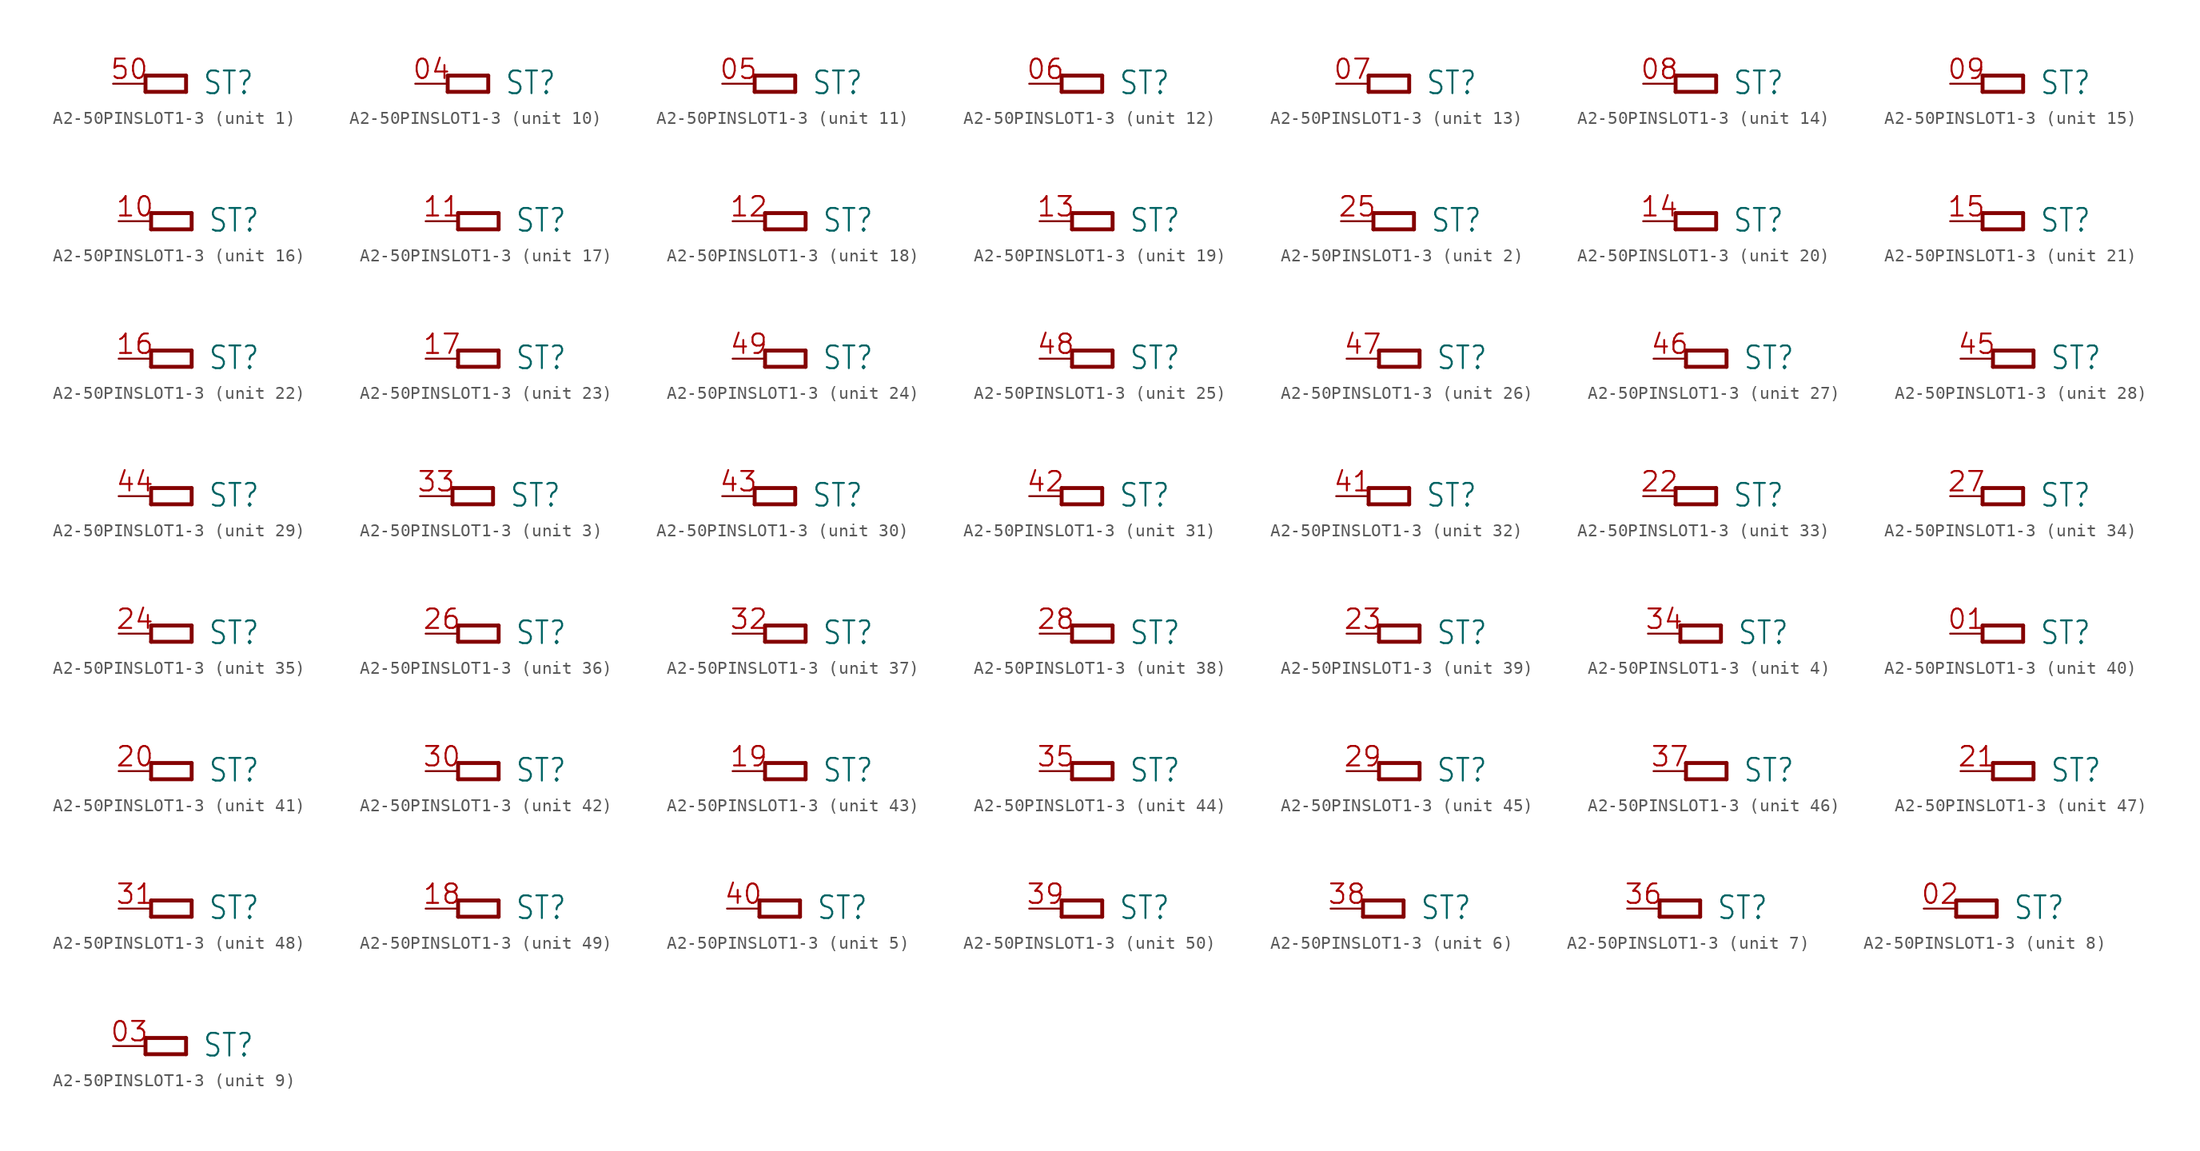
<source format=kicad_sym>
(kicad_symbol_lib
  (version 20241209)
  (generator "kicad_symbol_editor")
  (generator_version "9.0")
  (symbol "A2-50PINSLOT1-3"
    (property "Reference" "ST"
      (at 4.445 -0.965 0)
      (effects (font (size 1.778 1.511)) (justify left bottom)))
    (property "ki_locked" ""
      (at 0 0 0)
      (effects (font (size 1.27 1.27))))
    (symbol "A2-50PINSLOT1-3_1_0"
      (polyline (pts (xy 0 0.635) (xy 3.175 0.635)) (stroke (width 0.305) (type solid)) (fill (type none)))
      (polyline (pts (xy 0 -0.635) (xy 0 0.635)) (stroke (width 0.305) (type solid)) (fill (type none)))
      (polyline (pts (xy 3.175 0.635) (xy 3.175 -0.635)) (stroke (width 0.305) (type solid)) (fill (type none)))
      (polyline (pts (xy 3.175 -0.635) (xy 0 -0.635)) (stroke (width 0.305) (type solid)) (fill (type none)))
      (pin bidirectional line (at -2.54 0 0) (length 2.54) (name "P" (effects (font (size 0 0)))) (number "50" (effects (font (size 1.524 1.524))))))
    (symbol "A2-50PINSLOT1-3_2_0"
      (polyline (pts (xy 0 0.635) (xy 3.175 0.635)) (stroke (width 0.305) (type solid)) (fill (type none)))
      (polyline (pts (xy 0 -0.635) (xy 0 0.635)) (stroke (width 0.305) (type solid)) (fill (type none)))
      (polyline (pts (xy 3.175 0.635) (xy 3.175 -0.635)) (stroke (width 0.305) (type solid)) (fill (type none)))
      (polyline (pts (xy 3.175 -0.635) (xy 0 -0.635)) (stroke (width 0.305) (type solid)) (fill (type none)))
      (pin bidirectional line (at -2.54 0 0) (length 2.54) (name "P" (effects (font (size 0 0)))) (number "25" (effects (font (size 1.524 1.524))))))
    (symbol "A2-50PINSLOT1-3_3_0"
      (polyline (pts (xy 0 0.635) (xy 3.175 0.635)) (stroke (width 0.305) (type solid)) (fill (type none)))
      (polyline (pts (xy 0 -0.635) (xy 0 0.635)) (stroke (width 0.305) (type solid)) (fill (type none)))
      (polyline (pts (xy 3.175 0.635) (xy 3.175 -0.635)) (stroke (width 0.305) (type solid)) (fill (type none)))
      (polyline (pts (xy 3.175 -0.635) (xy 0 -0.635)) (stroke (width 0.305) (type solid)) (fill (type none)))
      (pin bidirectional line (at -2.54 0 0) (length 2.54) (name "P" (effects (font (size 0 0)))) (number "33" (effects (font (size 1.524 1.524))))))
    (symbol "A2-50PINSLOT1-3_4_0"
      (polyline (pts (xy 0 0.635) (xy 3.175 0.635)) (stroke (width 0.305) (type solid)) (fill (type none)))
      (polyline (pts (xy 0 -0.635) (xy 0 0.635)) (stroke (width 0.305) (type solid)) (fill (type none)))
      (polyline (pts (xy 3.175 0.635) (xy 3.175 -0.635)) (stroke (width 0.305) (type solid)) (fill (type none)))
      (polyline (pts (xy 3.175 -0.635) (xy 0 -0.635)) (stroke (width 0.305) (type solid)) (fill (type none)))
      (pin bidirectional line (at -2.54 0 0) (length 2.54) (name "P" (effects (font (size 0 0)))) (number "34" (effects (font (size 1.524 1.524))))))
    (symbol "A2-50PINSLOT1-3_5_0"
      (polyline (pts (xy 0 0.635) (xy 3.175 0.635)) (stroke (width 0.305) (type solid)) (fill (type none)))
      (polyline (pts (xy 0 -0.635) (xy 0 0.635)) (stroke (width 0.305) (type solid)) (fill (type none)))
      (polyline (pts (xy 3.175 0.635) (xy 3.175 -0.635)) (stroke (width 0.305) (type solid)) (fill (type none)))
      (polyline (pts (xy 3.175 -0.635) (xy 0 -0.635)) (stroke (width 0.305) (type solid)) (fill (type none)))
      (pin bidirectional line (at -2.54 0 0) (length 2.54) (name "P" (effects (font (size 0 0)))) (number "40" (effects (font (size 1.524 1.524))))))
    (symbol "A2-50PINSLOT1-3_6_0"
      (polyline (pts (xy 0 0.635) (xy 3.175 0.635)) (stroke (width 0.305) (type solid)) (fill (type none)))
      (polyline (pts (xy 0 -0.635) (xy 0 0.635)) (stroke (width 0.305) (type solid)) (fill (type none)))
      (polyline (pts (xy 3.175 0.635) (xy 3.175 -0.635)) (stroke (width 0.305) (type solid)) (fill (type none)))
      (polyline (pts (xy 3.175 -0.635) (xy 0 -0.635)) (stroke (width 0.305) (type solid)) (fill (type none)))
      (pin bidirectional line (at -2.54 0 0) (length 2.54) (name "P" (effects (font (size 0 0)))) (number "38" (effects (font (size 1.524 1.524))))))
    (symbol "A2-50PINSLOT1-3_7_0"
      (polyline (pts (xy 0 0.635) (xy 3.175 0.635)) (stroke (width 0.305) (type solid)) (fill (type none)))
      (polyline (pts (xy 0 -0.635) (xy 0 0.635)) (stroke (width 0.305) (type solid)) (fill (type none)))
      (polyline (pts (xy 3.175 0.635) (xy 3.175 -0.635)) (stroke (width 0.305) (type solid)) (fill (type none)))
      (polyline (pts (xy 3.175 -0.635) (xy 0 -0.635)) (stroke (width 0.305) (type solid)) (fill (type none)))
      (pin bidirectional line (at -2.54 0 0) (length 2.54) (name "P" (effects (font (size 0 0)))) (number "36" (effects (font (size 1.524 1.524))))))
    (symbol "A2-50PINSLOT1-3_8_0"
      (polyline (pts (xy 0 0.635) (xy 3.175 0.635)) (stroke (width 0.305) (type solid)) (fill (type none)))
      (polyline (pts (xy 0 -0.635) (xy 0 0.635)) (stroke (width 0.305) (type solid)) (fill (type none)))
      (polyline (pts (xy 3.175 0.635) (xy 3.175 -0.635)) (stroke (width 0.305) (type solid)) (fill (type none)))
      (polyline (pts (xy 3.175 -0.635) (xy 0 -0.635)) (stroke (width 0.305) (type solid)) (fill (type none)))
      (pin bidirectional line (at -2.54 0 0) (length 2.54) (name "P" (effects (font (size 0 0)))) (number "02" (effects (font (size 1.524 1.524))))))
    (symbol "A2-50PINSLOT1-3_9_0"
      (polyline (pts (xy 0 0.635) (xy 3.175 0.635)) (stroke (width 0.305) (type solid)) (fill (type none)))
      (polyline (pts (xy 0 -0.635) (xy 0 0.635)) (stroke (width 0.305) (type solid)) (fill (type none)))
      (polyline (pts (xy 3.175 0.635) (xy 3.175 -0.635)) (stroke (width 0.305) (type solid)) (fill (type none)))
      (polyline (pts (xy 3.175 -0.635) (xy 0 -0.635)) (stroke (width 0.305) (type solid)) (fill (type none)))
      (pin bidirectional line (at -2.54 0 0) (length 2.54) (name "P" (effects (font (size 0 0)))) (number "03" (effects (font (size 1.524 1.524))))))
    (symbol "A2-50PINSLOT1-3_10_0"
      (polyline (pts (xy 0 0.635) (xy 3.175 0.635)) (stroke (width 0.305) (type solid)) (fill (type none)))
      (polyline (pts (xy 0 -0.635) (xy 0 0.635)) (stroke (width 0.305) (type solid)) (fill (type none)))
      (polyline (pts (xy 3.175 0.635) (xy 3.175 -0.635)) (stroke (width 0.305) (type solid)) (fill (type none)))
      (polyline (pts (xy 3.175 -0.635) (xy 0 -0.635)) (stroke (width 0.305) (type solid)) (fill (type none)))
      (pin bidirectional line (at -2.54 0 0) (length 2.54) (name "P" (effects (font (size 0 0)))) (number "04" (effects (font (size 1.524 1.524))))))
    (symbol "A2-50PINSLOT1-3_11_0"
      (polyline (pts (xy 0 0.635) (xy 3.175 0.635)) (stroke (width 0.305) (type solid)) (fill (type none)))
      (polyline (pts (xy 0 -0.635) (xy 0 0.635)) (stroke (width 0.305) (type solid)) (fill (type none)))
      (polyline (pts (xy 3.175 0.635) (xy 3.175 -0.635)) (stroke (width 0.305) (type solid)) (fill (type none)))
      (polyline (pts (xy 3.175 -0.635) (xy 0 -0.635)) (stroke (width 0.305) (type solid)) (fill (type none)))
      (pin bidirectional line (at -2.54 0 0) (length 2.54) (name "P" (effects (font (size 0 0)))) (number "05" (effects (font (size 1.524 1.524))))))
    (symbol "A2-50PINSLOT1-3_12_0"
      (polyline (pts (xy 0 0.635) (xy 3.175 0.635)) (stroke (width 0.305) (type solid)) (fill (type none)))
      (polyline (pts (xy 0 -0.635) (xy 0 0.635)) (stroke (width 0.305) (type solid)) (fill (type none)))
      (polyline (pts (xy 3.175 0.635) (xy 3.175 -0.635)) (stroke (width 0.305) (type solid)) (fill (type none)))
      (polyline (pts (xy 3.175 -0.635) (xy 0 -0.635)) (stroke (width 0.305) (type solid)) (fill (type none)))
      (pin bidirectional line (at -2.54 0 0) (length 2.54) (name "P" (effects (font (size 0 0)))) (number "06" (effects (font (size 1.524 1.524))))))
    (symbol "A2-50PINSLOT1-3_13_0"
      (polyline (pts (xy 0 0.635) (xy 3.175 0.635)) (stroke (width 0.305) (type solid)) (fill (type none)))
      (polyline (pts (xy 0 -0.635) (xy 0 0.635)) (stroke (width 0.305) (type solid)) (fill (type none)))
      (polyline (pts (xy 3.175 0.635) (xy 3.175 -0.635)) (stroke (width 0.305) (type solid)) (fill (type none)))
      (polyline (pts (xy 3.175 -0.635) (xy 0 -0.635)) (stroke (width 0.305) (type solid)) (fill (type none)))
      (pin bidirectional line (at -2.54 0 0) (length 2.54) (name "P" (effects (font (size 0 0)))) (number "07" (effects (font (size 1.524 1.524))))))
    (symbol "A2-50PINSLOT1-3_14_0"
      (polyline (pts (xy 0 0.635) (xy 3.175 0.635)) (stroke (width 0.305) (type solid)) (fill (type none)))
      (polyline (pts (xy 0 -0.635) (xy 0 0.635)) (stroke (width 0.305) (type solid)) (fill (type none)))
      (polyline (pts (xy 3.175 0.635) (xy 3.175 -0.635)) (stroke (width 0.305) (type solid)) (fill (type none)))
      (polyline (pts (xy 3.175 -0.635) (xy 0 -0.635)) (stroke (width 0.305) (type solid)) (fill (type none)))
      (pin bidirectional line (at -2.54 0 0) (length 2.54) (name "P" (effects (font (size 0 0)))) (number "08" (effects (font (size 1.524 1.524))))))
    (symbol "A2-50PINSLOT1-3_15_0"
      (polyline (pts (xy 0 0.635) (xy 3.175 0.635)) (stroke (width 0.305) (type solid)) (fill (type none)))
      (polyline (pts (xy 0 -0.635) (xy 0 0.635)) (stroke (width 0.305) (type solid)) (fill (type none)))
      (polyline (pts (xy 3.175 0.635) (xy 3.175 -0.635)) (stroke (width 0.305) (type solid)) (fill (type none)))
      (polyline (pts (xy 3.175 -0.635) (xy 0 -0.635)) (stroke (width 0.305) (type solid)) (fill (type none)))
      (pin bidirectional line (at -2.54 0 0) (length 2.54) (name "P" (effects (font (size 0 0)))) (number "09" (effects (font (size 1.524 1.524))))))
    (symbol "A2-50PINSLOT1-3_16_0"
      (polyline (pts (xy 0 0.635) (xy 3.175 0.635)) (stroke (width 0.305) (type solid)) (fill (type none)))
      (polyline (pts (xy 0 -0.635) (xy 0 0.635)) (stroke (width 0.305) (type solid)) (fill (type none)))
      (polyline (pts (xy 3.175 0.635) (xy 3.175 -0.635)) (stroke (width 0.305) (type solid)) (fill (type none)))
      (polyline (pts (xy 3.175 -0.635) (xy 0 -0.635)) (stroke (width 0.305) (type solid)) (fill (type none)))
      (pin bidirectional line (at -2.54 0 0) (length 2.54) (name "P" (effects (font (size 0 0)))) (number "10" (effects (font (size 1.524 1.524))))))
    (symbol "A2-50PINSLOT1-3_17_0"
      (polyline (pts (xy 0 0.635) (xy 3.175 0.635)) (stroke (width 0.305) (type solid)) (fill (type none)))
      (polyline (pts (xy 0 -0.635) (xy 0 0.635)) (stroke (width 0.305) (type solid)) (fill (type none)))
      (polyline (pts (xy 3.175 0.635) (xy 3.175 -0.635)) (stroke (width 0.305) (type solid)) (fill (type none)))
      (polyline (pts (xy 3.175 -0.635) (xy 0 -0.635)) (stroke (width 0.305) (type solid)) (fill (type none)))
      (pin bidirectional line (at -2.54 0 0) (length 2.54) (name "P" (effects (font (size 0 0)))) (number "11" (effects (font (size 1.524 1.524))))))
    (symbol "A2-50PINSLOT1-3_18_0"
      (polyline (pts (xy 0 0.635) (xy 3.175 0.635)) (stroke (width 0.305) (type solid)) (fill (type none)))
      (polyline (pts (xy 0 -0.635) (xy 0 0.635)) (stroke (width 0.305) (type solid)) (fill (type none)))
      (polyline (pts (xy 3.175 0.635) (xy 3.175 -0.635)) (stroke (width 0.305) (type solid)) (fill (type none)))
      (polyline (pts (xy 3.175 -0.635) (xy 0 -0.635)) (stroke (width 0.305) (type solid)) (fill (type none)))
      (pin bidirectional line (at -2.54 0 0) (length 2.54) (name "P" (effects (font (size 0 0)))) (number "12" (effects (font (size 1.524 1.524))))))
    (symbol "A2-50PINSLOT1-3_19_0"
      (polyline (pts (xy 0 0.635) (xy 3.175 0.635)) (stroke (width 0.305) (type solid)) (fill (type none)))
      (polyline (pts (xy 0 -0.635) (xy 0 0.635)) (stroke (width 0.305) (type solid)) (fill (type none)))
      (polyline (pts (xy 3.175 0.635) (xy 3.175 -0.635)) (stroke (width 0.305) (type solid)) (fill (type none)))
      (polyline (pts (xy 3.175 -0.635) (xy 0 -0.635)) (stroke (width 0.305) (type solid)) (fill (type none)))
      (pin bidirectional line (at -2.54 0 0) (length 2.54) (name "P" (effects (font (size 0 0)))) (number "13" (effects (font (size 1.524 1.524))))))
    (symbol "A2-50PINSLOT1-3_20_0"
      (polyline (pts (xy 0 0.635) (xy 3.175 0.635)) (stroke (width 0.305) (type solid)) (fill (type none)))
      (polyline (pts (xy 0 -0.635) (xy 0 0.635)) (stroke (width 0.305) (type solid)) (fill (type none)))
      (polyline (pts (xy 3.175 0.635) (xy 3.175 -0.635)) (stroke (width 0.305) (type solid)) (fill (type none)))
      (polyline (pts (xy 3.175 -0.635) (xy 0 -0.635)) (stroke (width 0.305) (type solid)) (fill (type none)))
      (pin bidirectional line (at -2.54 0 0) (length 2.54) (name "P" (effects (font (size 0 0)))) (number "14" (effects (font (size 1.524 1.524))))))
    (symbol "A2-50PINSLOT1-3_21_0"
      (polyline (pts (xy 0 0.635) (xy 3.175 0.635)) (stroke (width 0.305) (type solid)) (fill (type none)))
      (polyline (pts (xy 0 -0.635) (xy 0 0.635)) (stroke (width 0.305) (type solid)) (fill (type none)))
      (polyline (pts (xy 3.175 0.635) (xy 3.175 -0.635)) (stroke (width 0.305) (type solid)) (fill (type none)))
      (polyline (pts (xy 3.175 -0.635) (xy 0 -0.635)) (stroke (width 0.305) (type solid)) (fill (type none)))
      (pin bidirectional line (at -2.54 0 0) (length 2.54) (name "P" (effects (font (size 0 0)))) (number "15" (effects (font (size 1.524 1.524))))))
    (symbol "A2-50PINSLOT1-3_22_0"
      (polyline (pts (xy 0 0.635) (xy 3.175 0.635)) (stroke (width 0.305) (type solid)) (fill (type none)))
      (polyline (pts (xy 0 -0.635) (xy 0 0.635)) (stroke (width 0.305) (type solid)) (fill (type none)))
      (polyline (pts (xy 3.175 0.635) (xy 3.175 -0.635)) (stroke (width 0.305) (type solid)) (fill (type none)))
      (polyline (pts (xy 3.175 -0.635) (xy 0 -0.635)) (stroke (width 0.305) (type solid)) (fill (type none)))
      (pin bidirectional line (at -2.54 0 0) (length 2.54) (name "P" (effects (font (size 0 0)))) (number "16" (effects (font (size 1.524 1.524))))))
    (symbol "A2-50PINSLOT1-3_23_0"
      (polyline (pts (xy 0 0.635) (xy 3.175 0.635)) (stroke (width 0.305) (type solid)) (fill (type none)))
      (polyline (pts (xy 0 -0.635) (xy 0 0.635)) (stroke (width 0.305) (type solid)) (fill (type none)))
      (polyline (pts (xy 3.175 0.635) (xy 3.175 -0.635)) (stroke (width 0.305) (type solid)) (fill (type none)))
      (polyline (pts (xy 3.175 -0.635) (xy 0 -0.635)) (stroke (width 0.305) (type solid)) (fill (type none)))
      (pin bidirectional line (at -2.54 0 0) (length 2.54) (name "P" (effects (font (size 0 0)))) (number "17" (effects (font (size 1.524 1.524))))))
    (symbol "A2-50PINSLOT1-3_24_0"
      (polyline (pts (xy 0 0.635) (xy 3.175 0.635)) (stroke (width 0.305) (type solid)) (fill (type none)))
      (polyline (pts (xy 0 -0.635) (xy 0 0.635)) (stroke (width 0.305) (type solid)) (fill (type none)))
      (polyline (pts (xy 3.175 0.635) (xy 3.175 -0.635)) (stroke (width 0.305) (type solid)) (fill (type none)))
      (polyline (pts (xy 3.175 -0.635) (xy 0 -0.635)) (stroke (width 0.305) (type solid)) (fill (type none)))
      (pin bidirectional line (at -2.54 0 0) (length 2.54) (name "P" (effects (font (size 0 0)))) (number "49" (effects (font (size 1.524 1.524))))))
    (symbol "A2-50PINSLOT1-3_25_0"
      (polyline (pts (xy 0 0.635) (xy 3.175 0.635)) (stroke (width 0.305) (type solid)) (fill (type none)))
      (polyline (pts (xy 0 -0.635) (xy 0 0.635)) (stroke (width 0.305) (type solid)) (fill (type none)))
      (polyline (pts (xy 3.175 0.635) (xy 3.175 -0.635)) (stroke (width 0.305) (type solid)) (fill (type none)))
      (polyline (pts (xy 3.175 -0.635) (xy 0 -0.635)) (stroke (width 0.305) (type solid)) (fill (type none)))
      (pin bidirectional line (at -2.54 0 0) (length 2.54) (name "P" (effects (font (size 0 0)))) (number "48" (effects (font (size 1.524 1.524))))))
    (symbol "A2-50PINSLOT1-3_26_0"
      (polyline (pts (xy 0 0.635) (xy 3.175 0.635)) (stroke (width 0.305) (type solid)) (fill (type none)))
      (polyline (pts (xy 0 -0.635) (xy 0 0.635)) (stroke (width 0.305) (type solid)) (fill (type none)))
      (polyline (pts (xy 3.175 0.635) (xy 3.175 -0.635)) (stroke (width 0.305) (type solid)) (fill (type none)))
      (polyline (pts (xy 3.175 -0.635) (xy 0 -0.635)) (stroke (width 0.305) (type solid)) (fill (type none)))
      (pin bidirectional line (at -2.54 0 0) (length 2.54) (name "P" (effects (font (size 0 0)))) (number "47" (effects (font (size 1.524 1.524))))))
    (symbol "A2-50PINSLOT1-3_27_0"
      (polyline (pts (xy 0 0.635) (xy 3.175 0.635)) (stroke (width 0.305) (type solid)) (fill (type none)))
      (polyline (pts (xy 0 -0.635) (xy 0 0.635)) (stroke (width 0.305) (type solid)) (fill (type none)))
      (polyline (pts (xy 3.175 0.635) (xy 3.175 -0.635)) (stroke (width 0.305) (type solid)) (fill (type none)))
      (polyline (pts (xy 3.175 -0.635) (xy 0 -0.635)) (stroke (width 0.305) (type solid)) (fill (type none)))
      (pin bidirectional line (at -2.54 0 0) (length 2.54) (name "P" (effects (font (size 0 0)))) (number "46" (effects (font (size 1.524 1.524))))))
    (symbol "A2-50PINSLOT1-3_28_0"
      (polyline (pts (xy 0 0.635) (xy 3.175 0.635)) (stroke (width 0.305) (type solid)) (fill (type none)))
      (polyline (pts (xy 0 -0.635) (xy 0 0.635)) (stroke (width 0.305) (type solid)) (fill (type none)))
      (polyline (pts (xy 3.175 0.635) (xy 3.175 -0.635)) (stroke (width 0.305) (type solid)) (fill (type none)))
      (polyline (pts (xy 3.175 -0.635) (xy 0 -0.635)) (stroke (width 0.305) (type solid)) (fill (type none)))
      (pin bidirectional line (at -2.54 0 0) (length 2.54) (name "P" (effects (font (size 0 0)))) (number "45" (effects (font (size 1.524 1.524))))))
    (symbol "A2-50PINSLOT1-3_29_0"
      (polyline (pts (xy 0 0.635) (xy 3.175 0.635)) (stroke (width 0.305) (type solid)) (fill (type none)))
      (polyline (pts (xy 0 -0.635) (xy 0 0.635)) (stroke (width 0.305) (type solid)) (fill (type none)))
      (polyline (pts (xy 3.175 0.635) (xy 3.175 -0.635)) (stroke (width 0.305) (type solid)) (fill (type none)))
      (polyline (pts (xy 3.175 -0.635) (xy 0 -0.635)) (stroke (width 0.305) (type solid)) (fill (type none)))
      (pin bidirectional line (at -2.54 0 0) (length 2.54) (name "P" (effects (font (size 0 0)))) (number "44" (effects (font (size 1.524 1.524))))))
    (symbol "A2-50PINSLOT1-3_30_0"
      (polyline (pts (xy 0 0.635) (xy 3.175 0.635)) (stroke (width 0.305) (type solid)) (fill (type none)))
      (polyline (pts (xy 0 -0.635) (xy 0 0.635)) (stroke (width 0.305) (type solid)) (fill (type none)))
      (polyline (pts (xy 3.175 0.635) (xy 3.175 -0.635)) (stroke (width 0.305) (type solid)) (fill (type none)))
      (polyline (pts (xy 3.175 -0.635) (xy 0 -0.635)) (stroke (width 0.305) (type solid)) (fill (type none)))
      (pin bidirectional line (at -2.54 0 0) (length 2.54) (name "P" (effects (font (size 0 0)))) (number "43" (effects (font (size 1.524 1.524))))))
    (symbol "A2-50PINSLOT1-3_31_0"
      (polyline (pts (xy 0 0.635) (xy 3.175 0.635)) (stroke (width 0.305) (type solid)) (fill (type none)))
      (polyline (pts (xy 0 -0.635) (xy 0 0.635)) (stroke (width 0.305) (type solid)) (fill (type none)))
      (polyline (pts (xy 3.175 0.635) (xy 3.175 -0.635)) (stroke (width 0.305) (type solid)) (fill (type none)))
      (polyline (pts (xy 3.175 -0.635) (xy 0 -0.635)) (stroke (width 0.305) (type solid)) (fill (type none)))
      (pin bidirectional line (at -2.54 0 0) (length 2.54) (name "P" (effects (font (size 0 0)))) (number "42" (effects (font (size 1.524 1.524))))))
    (symbol "A2-50PINSLOT1-3_32_0"
      (polyline (pts (xy 0 0.635) (xy 3.175 0.635)) (stroke (width 0.305) (type solid)) (fill (type none)))
      (polyline (pts (xy 0 -0.635) (xy 0 0.635)) (stroke (width 0.305) (type solid)) (fill (type none)))
      (polyline (pts (xy 3.175 0.635) (xy 3.175 -0.635)) (stroke (width 0.305) (type solid)) (fill (type none)))
      (polyline (pts (xy 3.175 -0.635) (xy 0 -0.635)) (stroke (width 0.305) (type solid)) (fill (type none)))
      (pin bidirectional line (at -2.54 0 0) (length 2.54) (name "P" (effects (font (size 0 0)))) (number "41" (effects (font (size 1.524 1.524))))))
    (symbol "A2-50PINSLOT1-3_33_0"
      (polyline (pts (xy 0 0.635) (xy 3.175 0.635)) (stroke (width 0.305) (type solid)) (fill (type none)))
      (polyline (pts (xy 0 -0.635) (xy 0 0.635)) (stroke (width 0.305) (type solid)) (fill (type none)))
      (polyline (pts (xy 3.175 0.635) (xy 3.175 -0.635)) (stroke (width 0.305) (type solid)) (fill (type none)))
      (polyline (pts (xy 3.175 -0.635) (xy 0 -0.635)) (stroke (width 0.305) (type solid)) (fill (type none)))
      (pin bidirectional line (at -2.54 0 0) (length 2.54) (name "P" (effects (font (size 0 0)))) (number "22" (effects (font (size 1.524 1.524))))))
    (symbol "A2-50PINSLOT1-3_34_0"
      (polyline (pts (xy 0 0.635) (xy 3.175 0.635)) (stroke (width 0.305) (type solid)) (fill (type none)))
      (polyline (pts (xy 0 -0.635) (xy 0 0.635)) (stroke (width 0.305) (type solid)) (fill (type none)))
      (polyline (pts (xy 3.175 0.635) (xy 3.175 -0.635)) (stroke (width 0.305) (type solid)) (fill (type none)))
      (polyline (pts (xy 3.175 -0.635) (xy 0 -0.635)) (stroke (width 0.305) (type solid)) (fill (type none)))
      (pin bidirectional line (at -2.54 0 0) (length 2.54) (name "P" (effects (font (size 0 0)))) (number "27" (effects (font (size 1.524 1.524))))))
    (symbol "A2-50PINSLOT1-3_35_0"
      (polyline (pts (xy 0 0.635) (xy 3.175 0.635)) (stroke (width 0.305) (type solid)) (fill (type none)))
      (polyline (pts (xy 0 -0.635) (xy 0 0.635)) (stroke (width 0.305) (type solid)) (fill (type none)))
      (polyline (pts (xy 3.175 0.635) (xy 3.175 -0.635)) (stroke (width 0.305) (type solid)) (fill (type none)))
      (polyline (pts (xy 3.175 -0.635) (xy 0 -0.635)) (stroke (width 0.305) (type solid)) (fill (type none)))
      (pin bidirectional line (at -2.54 0 0) (length 2.54) (name "P" (effects (font (size 0 0)))) (number "24" (effects (font (size 1.524 1.524))))))
    (symbol "A2-50PINSLOT1-3_36_0"
      (polyline (pts (xy 0 0.635) (xy 3.175 0.635)) (stroke (width 0.305) (type solid)) (fill (type none)))
      (polyline (pts (xy 0 -0.635) (xy 0 0.635)) (stroke (width 0.305) (type solid)) (fill (type none)))
      (polyline (pts (xy 3.175 0.635) (xy 3.175 -0.635)) (stroke (width 0.305) (type solid)) (fill (type none)))
      (polyline (pts (xy 3.175 -0.635) (xy 0 -0.635)) (stroke (width 0.305) (type solid)) (fill (type none)))
      (pin bidirectional line (at -2.54 0 0) (length 2.54) (name "P" (effects (font (size 0 0)))) (number "26" (effects (font (size 1.524 1.524))))))
    (symbol "A2-50PINSLOT1-3_37_0"
      (polyline (pts (xy 0 0.635) (xy 3.175 0.635)) (stroke (width 0.305) (type solid)) (fill (type none)))
      (polyline (pts (xy 0 -0.635) (xy 0 0.635)) (stroke (width 0.305) (type solid)) (fill (type none)))
      (polyline (pts (xy 3.175 0.635) (xy 3.175 -0.635)) (stroke (width 0.305) (type solid)) (fill (type none)))
      (polyline (pts (xy 3.175 -0.635) (xy 0 -0.635)) (stroke (width 0.305) (type solid)) (fill (type none)))
      (pin bidirectional line (at -2.54 0 0) (length 2.54) (name "P" (effects (font (size 0 0)))) (number "32" (effects (font (size 1.524 1.524))))))
    (symbol "A2-50PINSLOT1-3_38_0"
      (polyline (pts (xy 0 0.635) (xy 3.175 0.635)) (stroke (width 0.305) (type solid)) (fill (type none)))
      (polyline (pts (xy 0 -0.635) (xy 0 0.635)) (stroke (width 0.305) (type solid)) (fill (type none)))
      (polyline (pts (xy 3.175 0.635) (xy 3.175 -0.635)) (stroke (width 0.305) (type solid)) (fill (type none)))
      (polyline (pts (xy 3.175 -0.635) (xy 0 -0.635)) (stroke (width 0.305) (type solid)) (fill (type none)))
      (pin bidirectional line (at -2.54 0 0) (length 2.54) (name "P" (effects (font (size 0 0)))) (number "28" (effects (font (size 1.524 1.524))))))
    (symbol "A2-50PINSLOT1-3_39_0"
      (polyline (pts (xy 0 0.635) (xy 3.175 0.635)) (stroke (width 0.305) (type solid)) (fill (type none)))
      (polyline (pts (xy 0 -0.635) (xy 0 0.635)) (stroke (width 0.305) (type solid)) (fill (type none)))
      (polyline (pts (xy 3.175 0.635) (xy 3.175 -0.635)) (stroke (width 0.305) (type solid)) (fill (type none)))
      (polyline (pts (xy 3.175 -0.635) (xy 0 -0.635)) (stroke (width 0.305) (type solid)) (fill (type none)))
      (pin bidirectional line (at -2.54 0 0) (length 2.54) (name "P" (effects (font (size 0 0)))) (number "23" (effects (font (size 1.524 1.524))))))
    (symbol "A2-50PINSLOT1-3_40_0"
      (polyline (pts (xy 0 0.635) (xy 3.175 0.635)) (stroke (width 0.305) (type solid)) (fill (type none)))
      (polyline (pts (xy 0 -0.635) (xy 0 0.635)) (stroke (width 0.305) (type solid)) (fill (type none)))
      (polyline (pts (xy 3.175 0.635) (xy 3.175 -0.635)) (stroke (width 0.305) (type solid)) (fill (type none)))
      (polyline (pts (xy 3.175 -0.635) (xy 0 -0.635)) (stroke (width 0.305) (type solid)) (fill (type none)))
      (pin bidirectional line (at -2.54 0 0) (length 2.54) (name "P" (effects (font (size 0 0)))) (number "01" (effects (font (size 1.524 1.524))))))
    (symbol "A2-50PINSLOT1-3_41_0"
      (polyline (pts (xy 0 0.635) (xy 3.175 0.635)) (stroke (width 0.305) (type solid)) (fill (type none)))
      (polyline (pts (xy 0 -0.635) (xy 0 0.635)) (stroke (width 0.305) (type solid)) (fill (type none)))
      (polyline (pts (xy 3.175 0.635) (xy 3.175 -0.635)) (stroke (width 0.305) (type solid)) (fill (type none)))
      (polyline (pts (xy 3.175 -0.635) (xy 0 -0.635)) (stroke (width 0.305) (type solid)) (fill (type none)))
      (pin bidirectional line (at -2.54 0 0) (length 2.54) (name "P" (effects (font (size 0 0)))) (number "20" (effects (font (size 1.524 1.524))))))
    (symbol "A2-50PINSLOT1-3_42_0"
      (polyline (pts (xy 0 0.635) (xy 3.175 0.635)) (stroke (width 0.305) (type solid)) (fill (type none)))
      (polyline (pts (xy 0 -0.635) (xy 0 0.635)) (stroke (width 0.305) (type solid)) (fill (type none)))
      (polyline (pts (xy 3.175 0.635) (xy 3.175 -0.635)) (stroke (width 0.305) (type solid)) (fill (type none)))
      (polyline (pts (xy 3.175 -0.635) (xy 0 -0.635)) (stroke (width 0.305) (type solid)) (fill (type none)))
      (pin bidirectional line (at -2.54 0 0) (length 2.54) (name "P" (effects (font (size 0 0)))) (number "30" (effects (font (size 1.524 1.524))))))
    (symbol "A2-50PINSLOT1-3_43_0"
      (polyline (pts (xy 0 0.635) (xy 3.175 0.635)) (stroke (width 0.305) (type solid)) (fill (type none)))
      (polyline (pts (xy 0 -0.635) (xy 0 0.635)) (stroke (width 0.305) (type solid)) (fill (type none)))
      (polyline (pts (xy 3.175 0.635) (xy 3.175 -0.635)) (stroke (width 0.305) (type solid)) (fill (type none)))
      (polyline (pts (xy 3.175 -0.635) (xy 0 -0.635)) (stroke (width 0.305) (type solid)) (fill (type none)))
      (pin bidirectional line (at -2.54 0 0) (length 2.54) (name "P" (effects (font (size 0 0)))) (number "19" (effects (font (size 1.524 1.524))))))
    (symbol "A2-50PINSLOT1-3_44_0"
      (polyline (pts (xy 0 0.635) (xy 3.175 0.635)) (stroke (width 0.305) (type solid)) (fill (type none)))
      (polyline (pts (xy 0 -0.635) (xy 0 0.635)) (stroke (width 0.305) (type solid)) (fill (type none)))
      (polyline (pts (xy 3.175 0.635) (xy 3.175 -0.635)) (stroke (width 0.305) (type solid)) (fill (type none)))
      (polyline (pts (xy 3.175 -0.635) (xy 0 -0.635)) (stroke (width 0.305) (type solid)) (fill (type none)))
      (pin bidirectional line (at -2.54 0 0) (length 2.54) (name "P" (effects (font (size 0 0)))) (number "35" (effects (font (size 1.524 1.524))))))
    (symbol "A2-50PINSLOT1-3_45_0"
      (polyline (pts (xy 0 0.635) (xy 3.175 0.635)) (stroke (width 0.305) (type solid)) (fill (type none)))
      (polyline (pts (xy 0 -0.635) (xy 0 0.635)) (stroke (width 0.305) (type solid)) (fill (type none)))
      (polyline (pts (xy 3.175 0.635) (xy 3.175 -0.635)) (stroke (width 0.305) (type solid)) (fill (type none)))
      (polyline (pts (xy 3.175 -0.635) (xy 0 -0.635)) (stroke (width 0.305) (type solid)) (fill (type none)))
      (pin bidirectional line (at -2.54 0 0) (length 2.54) (name "P" (effects (font (size 0 0)))) (number "29" (effects (font (size 1.524 1.524))))))
    (symbol "A2-50PINSLOT1-3_46_0"
      (polyline (pts (xy 0 0.635) (xy 3.175 0.635)) (stroke (width 0.305) (type solid)) (fill (type none)))
      (polyline (pts (xy 0 -0.635) (xy 0 0.635)) (stroke (width 0.305) (type solid)) (fill (type none)))
      (polyline (pts (xy 3.175 0.635) (xy 3.175 -0.635)) (stroke (width 0.305) (type solid)) (fill (type none)))
      (polyline (pts (xy 3.175 -0.635) (xy 0 -0.635)) (stroke (width 0.305) (type solid)) (fill (type none)))
      (pin bidirectional line (at -2.54 0 0) (length 2.54) (name "P" (effects (font (size 0 0)))) (number "37" (effects (font (size 1.524 1.524))))))
    (symbol "A2-50PINSLOT1-3_47_0"
      (polyline (pts (xy 0 0.635) (xy 3.175 0.635)) (stroke (width 0.305) (type solid)) (fill (type none)))
      (polyline (pts (xy 0 -0.635) (xy 0 0.635)) (stroke (width 0.305) (type solid)) (fill (type none)))
      (polyline (pts (xy 3.175 0.635) (xy 3.175 -0.635)) (stroke (width 0.305) (type solid)) (fill (type none)))
      (polyline (pts (xy 3.175 -0.635) (xy 0 -0.635)) (stroke (width 0.305) (type solid)) (fill (type none)))
      (pin bidirectional line (at -2.54 0 0) (length 2.54) (name "P" (effects (font (size 0 0)))) (number "21" (effects (font (size 1.524 1.524))))))
    (symbol "A2-50PINSLOT1-3_48_0"
      (polyline (pts (xy 0 0.635) (xy 3.175 0.635)) (stroke (width 0.305) (type solid)) (fill (type none)))
      (polyline (pts (xy 0 -0.635) (xy 0 0.635)) (stroke (width 0.305) (type solid)) (fill (type none)))
      (polyline (pts (xy 3.175 0.635) (xy 3.175 -0.635)) (stroke (width 0.305) (type solid)) (fill (type none)))
      (polyline (pts (xy 3.175 -0.635) (xy 0 -0.635)) (stroke (width 0.305) (type solid)) (fill (type none)))
      (pin bidirectional line (at -2.54 0 0) (length 2.54) (name "P" (effects (font (size 0 0)))) (number "31" (effects (font (size 1.524 1.524))))))
    (symbol "A2-50PINSLOT1-3_49_0"
      (polyline (pts (xy 0 0.635) (xy 3.175 0.635)) (stroke (width 0.305) (type solid)) (fill (type none)))
      (polyline (pts (xy 0 -0.635) (xy 0 0.635)) (stroke (width 0.305) (type solid)) (fill (type none)))
      (polyline (pts (xy 3.175 0.635) (xy 3.175 -0.635)) (stroke (width 0.305) (type solid)) (fill (type none)))
      (polyline (pts (xy 3.175 -0.635) (xy 0 -0.635)) (stroke (width 0.305) (type solid)) (fill (type none)))
      (pin bidirectional line (at -2.54 0 0) (length 2.54) (name "P" (effects (font (size 0 0)))) (number "18" (effects (font (size 1.524 1.524))))))
    (symbol "A2-50PINSLOT1-3_50_0"
      (polyline (pts (xy 0 0.635) (xy 3.175 0.635)) (stroke (width 0.305) (type solid)) (fill (type none)))
      (polyline (pts (xy 0 -0.635) (xy 0 0.635)) (stroke (width 0.305) (type solid)) (fill (type none)))
      (polyline (pts (xy 3.175 0.635) (xy 3.175 -0.635)) (stroke (width 0.305) (type solid)) (fill (type none)))
      (polyline (pts (xy 3.175 -0.635) (xy 0 -0.635)) (stroke (width 0.305) (type solid)) (fill (type none)))
      (pin bidirectional line (at -2.54 0 0) (length 2.54) (name "P" (effects (font (size 0 0)))) (number "39" (effects (font (size 1.524 1.524))))))))
</source>
